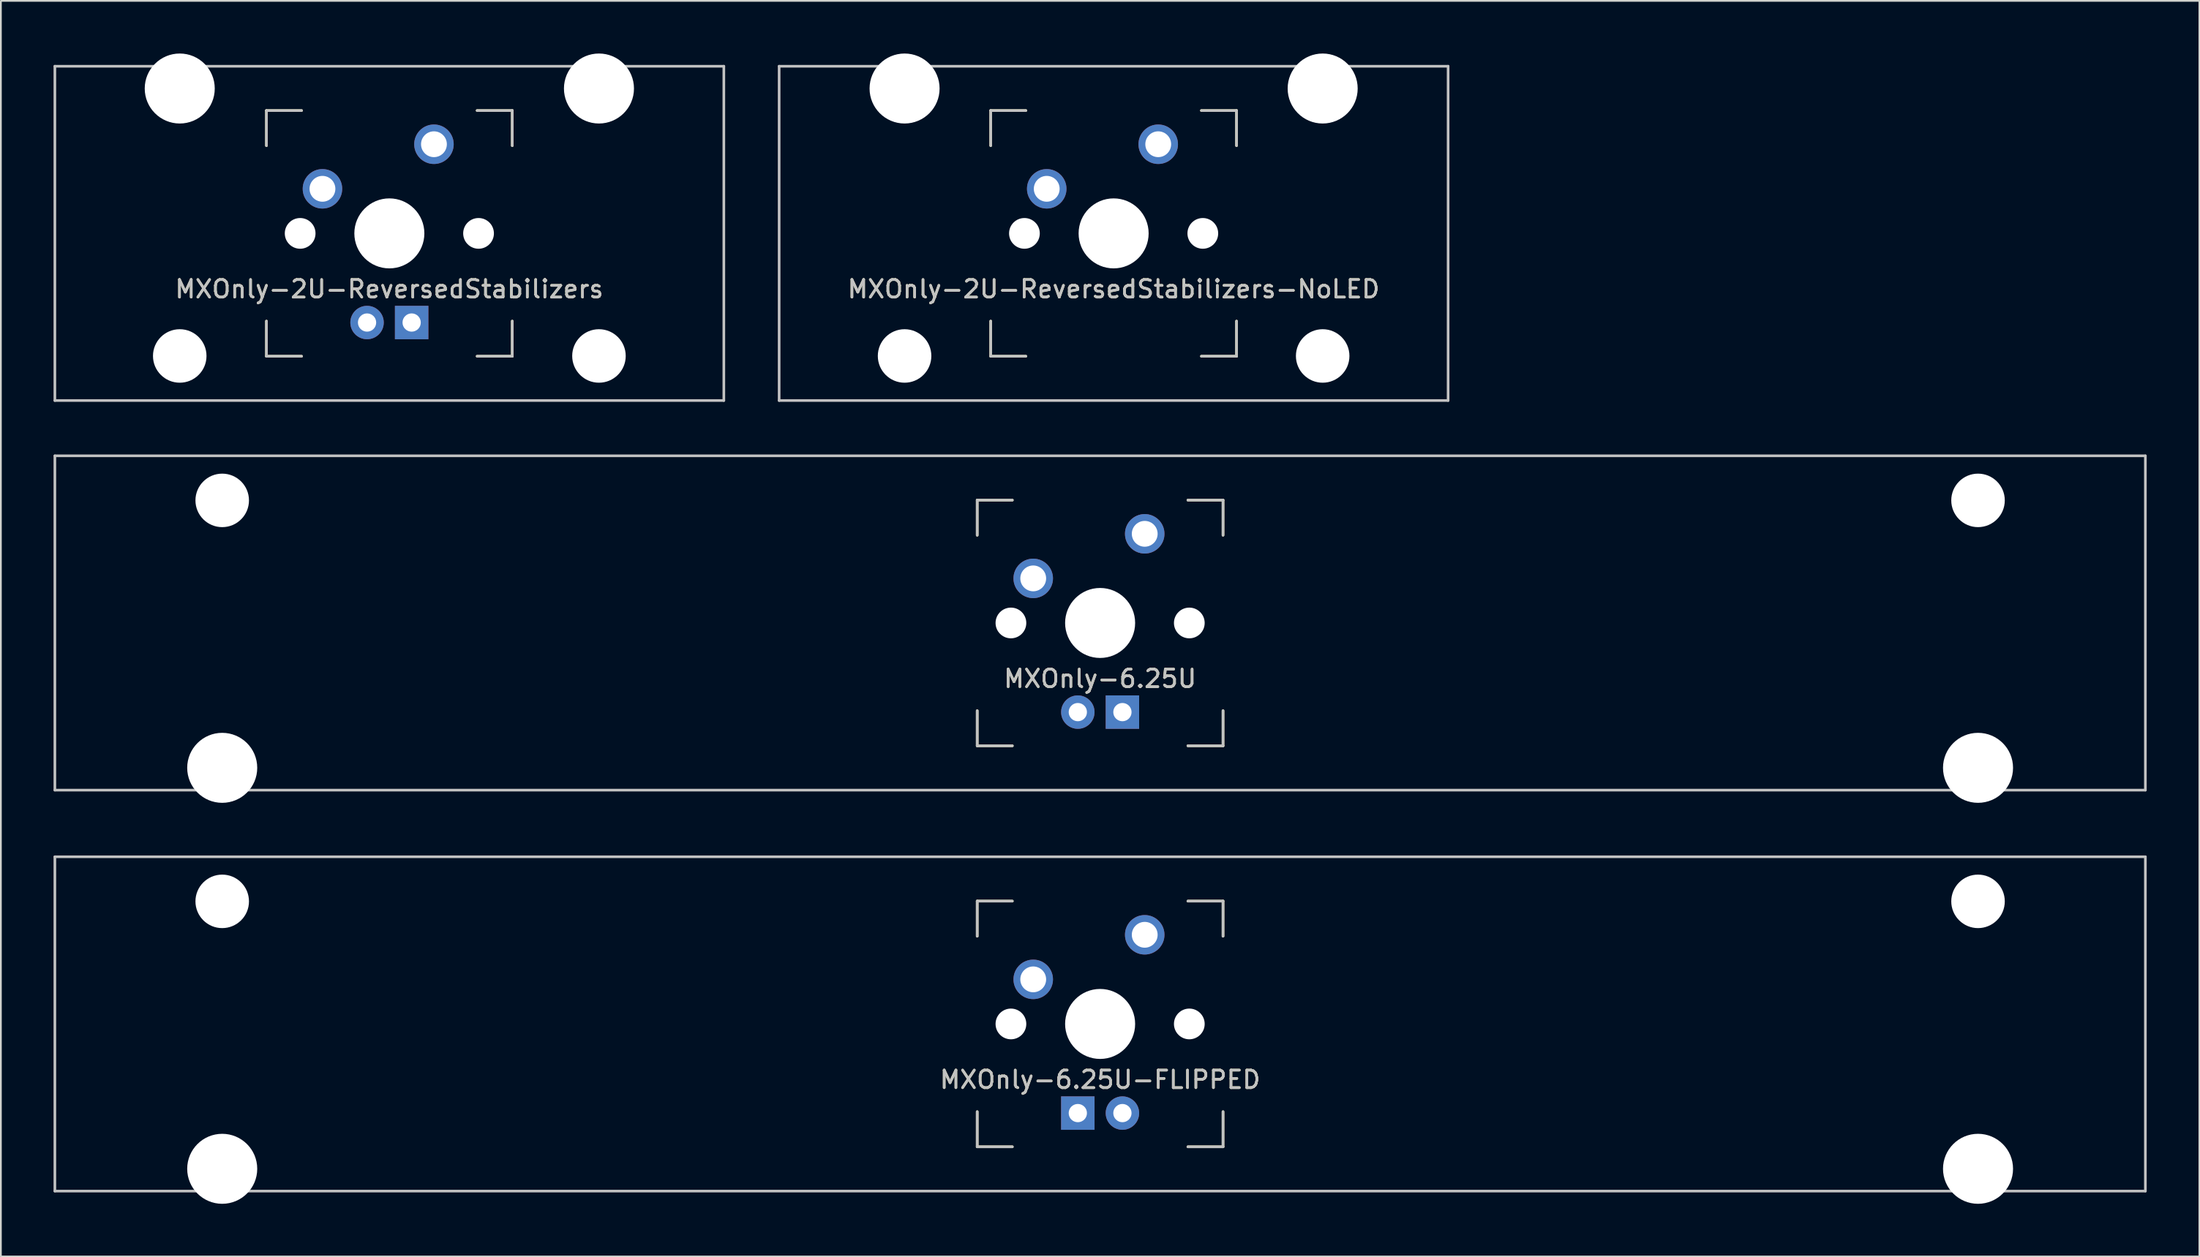
<source format=kicad_pcb>
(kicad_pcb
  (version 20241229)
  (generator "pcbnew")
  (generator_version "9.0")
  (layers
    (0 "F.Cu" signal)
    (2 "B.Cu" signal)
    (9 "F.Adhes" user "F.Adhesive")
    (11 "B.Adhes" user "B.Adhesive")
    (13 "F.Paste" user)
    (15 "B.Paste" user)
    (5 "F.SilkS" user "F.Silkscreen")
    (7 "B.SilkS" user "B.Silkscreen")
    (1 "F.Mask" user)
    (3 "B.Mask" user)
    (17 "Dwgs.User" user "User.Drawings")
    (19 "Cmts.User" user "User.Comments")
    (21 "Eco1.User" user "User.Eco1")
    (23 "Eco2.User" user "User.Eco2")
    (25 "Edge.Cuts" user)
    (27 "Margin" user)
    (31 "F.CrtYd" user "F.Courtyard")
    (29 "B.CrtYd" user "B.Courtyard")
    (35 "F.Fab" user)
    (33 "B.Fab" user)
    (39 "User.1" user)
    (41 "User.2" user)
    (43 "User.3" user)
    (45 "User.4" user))
  (footprint "MXOnly-2U-ReversedStabilizers-NoLED"
    (layer "F.Cu")
    (at 60.375 10.249)
    (property "Reference" "MXOnly-2U-ReversedStabilizers-NoLED" (at 0 3.175 0) (layer "Dwgs.User") (effects (font (size 1 1) (thickness 0.15))))
    (attr through_hole)
    (fp_line (start -7 -7) (end -7 -5) (stroke (width 0.15) (type solid)) (layer "F.SilkS"))
    (fp_line (start -7 5) (end -7 7) (stroke (width 0.15) (type solid)) (layer "F.SilkS"))
    (fp_line (start -7 7) (end -5 7) (stroke (width 0.15) (type solid)) (layer "F.SilkS"))
    (fp_line (start -5 -7) (end -7 -7) (stroke (width 0.15) (type solid)) (layer "F.SilkS"))
    (fp_line (start 5 -7) (end 7 -7) (stroke (width 0.15) (type solid)) (layer "F.SilkS"))
    (fp_line (start 5 7) (end 7 7) (stroke (width 0.15) (type solid)) (layer "F.SilkS"))
    (fp_line (start 7 -7) (end 7 -5) (stroke (width 0.15) (type solid)) (layer "F.SilkS"))
    (fp_line (start 7 7) (end 7 5) (stroke (width 0.15) (type solid)) (layer "F.SilkS"))
    (fp_line (start -19.05 -9.525) (end 19.05 -9.525) (stroke (width 0.15) (type solid)) (layer "Dwgs.User"))
    (fp_line (start -19.05 9.525) (end -19.05 -9.525) (stroke (width 0.15) (type solid)) (layer "Dwgs.User"))
    (fp_line (start -19.05 9.525) (end 19.05 9.525) (stroke (width 0.15) (type solid)) (layer "Dwgs.User"))
    (fp_line (start -7 -7) (end -7 -5) (stroke (width 0.15) (type solid)) (layer "Dwgs.User"))
    (fp_line (start -7 5) (end -7 7) (stroke (width 0.15) (type solid)) (layer "Dwgs.User"))
    (fp_line (start -7 7) (end -5 7) (stroke (width 0.15) (type solid)) (layer "Dwgs.User"))
    (fp_line (start -5 -7) (end -7 -7) (stroke (width 0.15) (type solid)) (layer "Dwgs.User"))
    (fp_line (start 5 -7) (end 7 -7) (stroke (width 0.15) (type solid)) (layer "Dwgs.User"))
    (fp_line (start 5 7) (end 7 7) (stroke (width 0.15) (type solid)) (layer "Dwgs.User"))
    (fp_line (start 7 -7) (end 7 -5) (stroke (width 0.15) (type solid)) (layer "Dwgs.User"))
    (fp_line (start 7 7) (end 7 5) (stroke (width 0.15) (type solid)) (layer "Dwgs.User"))
    (fp_line (start 19.05 -9.525) (end 19.05 9.525) (stroke (width 0.15) (type solid)) (layer "Dwgs.User"))
    (fp_text user "${REFERENCE}" (at 0 3.175 0) (layer "F.SilkS") (effects (font (size 1 1) (thickness 0.15))))
    (pad "" np_thru_hole circle (at -11.906 -8.255) (size 3.988 3.988) (drill 3.988) (layers "*.Cu" "*.Mask"))
    (pad "" np_thru_hole circle (at -11.906 6.985) (size 3.048 3.048) (drill 3.048) (layers "*.Cu" "*.Mask"))
    (pad "" np_thru_hole circle (at -5.08 0 48.1) (size 1.75 1.75) (drill 1.75) (layers "*.Cu" "*.Mask"))
    (pad "" np_thru_hole circle (at 0 0) (size 3.988 3.988) (drill 3.988) (layers "*.Cu" "*.Mask"))
    (pad "" np_thru_hole circle (at 5.08 0 48.1) (size 1.75 1.75) (drill 1.75) (layers "*.Cu" "*.Mask"))
    (pad "" np_thru_hole circle (at 11.906 -8.255) (size 3.988 3.988) (drill 3.988) (layers "*.Cu" "*.Mask"))
    (pad "" np_thru_hole circle (at 11.906 6.985) (size 3.048 3.048) (drill 3.048) (layers "*.Cu" "*.Mask"))
    (pad "1" thru_hole circle (at -3.81 -2.54) (size 2.25 2.25) (drill 1.47) (layers "*.Cu" "B.Mask"))
    (pad "2" thru_hole circle (at 2.54 -5.08) (size 2.25 2.25) (drill 1.47) (layers "*.Cu" "B.Mask")))
  (footprint "MXOnly-2U-ReversedStabilizers"
    (layer "F.Cu")
    (at 19.125 10.249)
    (property "Reference" "MXOnly-2U-ReversedStabilizers" (at 0 3.175 0) (layer "Dwgs.User") (effects (font (size 1 1) (thickness 0.15))))
    (attr through_hole)
    (fp_line (start -7 -7) (end -7 -5) (stroke (width 0.15) (type solid)) (layer "F.SilkS"))
    (fp_line (start -7 5) (end -7 7) (stroke (width 0.15) (type solid)) (layer "F.SilkS"))
    (fp_line (start -7 7) (end -5 7) (stroke (width 0.15) (type solid)) (layer "F.SilkS"))
    (fp_line (start -5 -7) (end -7 -7) (stroke (width 0.15) (type solid)) (layer "F.SilkS"))
    (fp_line (start 5 -7) (end 7 -7) (stroke (width 0.15) (type solid)) (layer "F.SilkS"))
    (fp_line (start 5 7) (end 7 7) (stroke (width 0.15) (type solid)) (layer "F.SilkS"))
    (fp_line (start 7 -7) (end 7 -5) (stroke (width 0.15) (type solid)) (layer "F.SilkS"))
    (fp_line (start 7 7) (end 7 5) (stroke (width 0.15) (type solid)) (layer "F.SilkS"))
    (fp_line (start -19.05 -9.525) (end 19.05 -9.525) (stroke (width 0.15) (type solid)) (layer "Dwgs.User"))
    (fp_line (start -19.05 9.525) (end -19.05 -9.525) (stroke (width 0.15) (type solid)) (layer "Dwgs.User"))
    (fp_line (start -19.05 9.525) (end 19.05 9.525) (stroke (width 0.15) (type solid)) (layer "Dwgs.User"))
    (fp_line (start -7 -7) (end -7 -5) (stroke (width 0.15) (type solid)) (layer "Dwgs.User"))
    (fp_line (start -7 5) (end -7 7) (stroke (width 0.15) (type solid)) (layer "Dwgs.User"))
    (fp_line (start -7 7) (end -5 7) (stroke (width 0.15) (type solid)) (layer "Dwgs.User"))
    (fp_line (start -5 -7) (end -7 -7) (stroke (width 0.15) (type solid)) (layer "Dwgs.User"))
    (fp_line (start 5 -7) (end 7 -7) (stroke (width 0.15) (type solid)) (layer "Dwgs.User"))
    (fp_line (start 5 7) (end 7 7) (stroke (width 0.15) (type solid)) (layer "Dwgs.User"))
    (fp_line (start 7 -7) (end 7 -5) (stroke (width 0.15) (type solid)) (layer "Dwgs.User"))
    (fp_line (start 7 7) (end 7 5) (stroke (width 0.15) (type solid)) (layer "Dwgs.User"))
    (fp_line (start 19.05 -9.525) (end 19.05 9.525) (stroke (width 0.15) (type solid)) (layer "Dwgs.User"))
    (fp_text user "${REFERENCE}" (at 0 3.175 0) (layer "F.SilkS") (effects (font (size 1 1) (thickness 0.15))))
    (pad "" np_thru_hole circle (at -11.938 -8.255) (size 3.988 3.988) (drill 3.988) (layers "*.Cu" "*.Mask"))
    (pad "" np_thru_hole circle (at -11.938 6.985) (size 3.048 3.048) (drill 3.048) (layers "*.Cu" "*.Mask"))
    (pad "" np_thru_hole circle (at -5.08 0 48.1) (size 1.75 1.75) (drill 1.75) (layers "*.Cu" "*.Mask"))
    (pad "" np_thru_hole circle (at 0 0) (size 3.988 3.988) (drill 3.988) (layers "*.Cu" "*.Mask"))
    (pad "" np_thru_hole circle (at 5.08 0 48.1) (size 1.75 1.75) (drill 1.75) (layers "*.Cu" "*.Mask"))
    (pad "" np_thru_hole circle (at 11.938 -8.255) (size 3.988 3.988) (drill 3.988) (layers "*.Cu" "*.Mask"))
    (pad "" np_thru_hole circle (at 11.938 6.985) (size 3.048 3.048) (drill 3.048) (layers "*.Cu" "*.Mask"))
    (pad "1" thru_hole circle (at -3.81 -2.54) (size 2.25 2.25) (drill 1.47) (layers "*.Cu" "B.Mask"))
    (pad "2" thru_hole circle (at 2.54 -5.08) (size 2.25 2.25) (drill 1.47) (layers "*.Cu" "B.Mask"))
    (pad "3" thru_hole circle (at -1.27 5.08) (size 1.905 1.905) (drill 1.04) (layers "*.Cu" "B.Mask"))
    (pad "4" thru_hole rect (at 1.27 5.08) (size 1.905 1.905) (drill 1.04) (layers "*.Cu" "B.Mask")))
  (footprint "MXOnly-6.25U-FLIPPED"
    (layer "F.Cu")
    (at 59.606 55.298)
    (property "Reference" "MXOnly-6.25U-FLIPPED" (at 0 3.175 0) (layer "Dwgs.User") (effects (font (size 1 1) (thickness 0.15))))
    (attr through_hole)
    (fp_line (start -7 -7) (end -7 -5) (stroke (width 0.15) (type solid)) (layer "F.SilkS"))
    (fp_line (start -7 5) (end -7 7) (stroke (width 0.15) (type solid)) (layer "F.SilkS"))
    (fp_line (start -7 7) (end -5 7) (stroke (width 0.15) (type solid)) (layer "F.SilkS"))
    (fp_line (start -5 -7) (end -7 -7) (stroke (width 0.15) (type solid)) (layer "F.SilkS"))
    (fp_line (start 5 -7) (end 7 -7) (stroke (width 0.15) (type solid)) (layer "F.SilkS"))
    (fp_line (start 5 7) (end 7 7) (stroke (width 0.15) (type solid)) (layer "F.SilkS"))
    (fp_line (start 7 -7) (end 7 -5) (stroke (width 0.15) (type solid)) (layer "F.SilkS"))
    (fp_line (start 7 7) (end 7 5) (stroke (width 0.15) (type solid)) (layer "F.SilkS"))
    (fp_line (start -59.531 -9.525) (end 59.531 -9.525) (stroke (width 0.15) (type solid)) (layer "Dwgs.User"))
    (fp_line (start -59.531 9.525) (end -59.531 -9.525) (stroke (width 0.15) (type solid)) (layer "Dwgs.User"))
    (fp_line (start -59.531 9.525) (end 59.531 9.525) (stroke (width 0.15) (type solid)) (layer "Dwgs.User"))
    (fp_line (start -7 -7) (end -7 -5) (stroke (width 0.15) (type solid)) (layer "Dwgs.User"))
    (fp_line (start -7 5) (end -7 7) (stroke (width 0.15) (type solid)) (layer "Dwgs.User"))
    (fp_line (start -7 7) (end -5 7) (stroke (width 0.15) (type solid)) (layer "Dwgs.User"))
    (fp_line (start -5 -7) (end -7 -7) (stroke (width 0.15) (type solid)) (layer "Dwgs.User"))
    (fp_line (start 5 -7) (end 7 -7) (stroke (width 0.15) (type solid)) (layer "Dwgs.User"))
    (fp_line (start 5 7) (end 7 7) (stroke (width 0.15) (type solid)) (layer "Dwgs.User"))
    (fp_line (start 7 -7) (end 7 -5) (stroke (width 0.15) (type solid)) (layer "Dwgs.User"))
    (fp_line (start 7 7) (end 7 5) (stroke (width 0.15) (type solid)) (layer "Dwgs.User"))
    (fp_line (start 59.531 -9.525) (end 59.531 9.525) (stroke (width 0.15) (type solid)) (layer "Dwgs.User"))
    (fp_text user "${REFERENCE}" (at 0 3.175 0) (layer "F.SilkS") (effects (font (size 1 1) (thickness 0.15))))
    (pad "" np_thru_hole circle (at -50 -6.985) (size 3.048 3.048) (drill 3.048) (layers "*.Cu" "*.Mask"))
    (pad "" np_thru_hole circle (at -50 8.255) (size 3.988 3.988) (drill 3.988) (layers "*.Cu" "*.Mask"))
    (pad "" np_thru_hole circle (at -5.08 0 48.1) (size 1.75 1.75) (drill 1.75) (layers "*.Cu" "*.Mask"))
    (pad "" np_thru_hole circle (at 0 0) (size 3.988 3.988) (drill 3.988) (layers "*.Cu" "*.Mask"))
    (pad "" np_thru_hole circle (at 5.08 0 48.1) (size 1.75 1.75) (drill 1.75) (layers "*.Cu" "*.Mask"))
    (pad "" np_thru_hole circle (at 50 -6.985) (size 3.048 3.048) (drill 3.048) (layers "*.Cu" "*.Mask"))
    (pad "" np_thru_hole circle (at 50 8.255) (size 3.988 3.988) (drill 3.988) (layers "*.Cu" "*.Mask"))
    (pad "1" thru_hole circle (at -3.81 -2.54) (size 2.25 2.25) (drill 1.47) (layers "*.Cu" "B.Mask"))
    (pad "2" thru_hole circle (at 2.54 -5.08) (size 2.25 2.25) (drill 1.47) (layers "*.Cu" "B.Mask"))
    (pad "3" thru_hole circle (at 1.27 5.08) (size 1.905 1.905) (drill 1.04) (layers "*.Cu" "B.Mask"))
    (pad "4" thru_hole rect (at -1.27 5.08) (size 1.905 1.905) (drill 1.04) (layers "*.Cu" "B.Mask")))
  (footprint "MXOnly-6.25U"
    (layer "F.Cu")
    (at 59.606 32.449)
    (property "Reference" "MXOnly-6.25U" (at 0 3.175 0) (layer "Dwgs.User") (effects (font (size 1 1) (thickness 0.15))))
    (attr through_hole)
    (fp_line (start -7 -7) (end -7 -5) (stroke (width 0.15) (type solid)) (layer "F.SilkS"))
    (fp_line (start -7 5) (end -7 7) (stroke (width 0.15) (type solid)) (layer "F.SilkS"))
    (fp_line (start -7 7) (end -5 7) (stroke (width 0.15) (type solid)) (layer "F.SilkS"))
    (fp_line (start -5 -7) (end -7 -7) (stroke (width 0.15) (type solid)) (layer "F.SilkS"))
    (fp_line (start 5 -7) (end 7 -7) (stroke (width 0.15) (type solid)) (layer "F.SilkS"))
    (fp_line (start 5 7) (end 7 7) (stroke (width 0.15) (type solid)) (layer "F.SilkS"))
    (fp_line (start 7 -7) (end 7 -5) (stroke (width 0.15) (type solid)) (layer "F.SilkS"))
    (fp_line (start 7 7) (end 7 5) (stroke (width 0.15) (type solid)) (layer "F.SilkS"))
    (fp_line (start -59.531 -9.525) (end 59.531 -9.525) (stroke (width 0.15) (type solid)) (layer "Dwgs.User"))
    (fp_line (start -59.531 9.525) (end -59.531 -9.525) (stroke (width 0.15) (type solid)) (layer "Dwgs.User"))
    (fp_line (start -59.531 9.525) (end 59.531 9.525) (stroke (width 0.15) (type solid)) (layer "Dwgs.User"))
    (fp_line (start -7 -7) (end -7 -5) (stroke (width 0.15) (type solid)) (layer "Dwgs.User"))
    (fp_line (start -7 5) (end -7 7) (stroke (width 0.15) (type solid)) (layer "Dwgs.User"))
    (fp_line (start -7 7) (end -5 7) (stroke (width 0.15) (type solid)) (layer "Dwgs.User"))
    (fp_line (start -5 -7) (end -7 -7) (stroke (width 0.15) (type solid)) (layer "Dwgs.User"))
    (fp_line (start 5 -7) (end 7 -7) (stroke (width 0.15) (type solid)) (layer "Dwgs.User"))
    (fp_line (start 5 7) (end 7 7) (stroke (width 0.15) (type solid)) (layer "Dwgs.User"))
    (fp_line (start 7 -7) (end 7 -5) (stroke (width 0.15) (type solid)) (layer "Dwgs.User"))
    (fp_line (start 7 7) (end 7 5) (stroke (width 0.15) (type solid)) (layer "Dwgs.User"))
    (fp_line (start 59.531 -9.525) (end 59.531 9.525) (stroke (width 0.15) (type solid)) (layer "Dwgs.User"))
    (fp_text user "${REFERENCE}" (at 0 3.175 0) (layer "F.SilkS") (effects (font (size 1 1) (thickness 0.15))))
    (pad "" np_thru_hole circle (at -50 -6.985) (size 3.048 3.048) (drill 3.048) (layers "*.Cu" "*.Mask"))
    (pad "" np_thru_hole circle (at -50 8.255) (size 3.988 3.988) (drill 3.988) (layers "*.Cu" "*.Mask"))
    (pad "" np_thru_hole circle (at -5.08 0 48.1) (size 1.75 1.75) (drill 1.75) (layers "*.Cu" "*.Mask"))
    (pad "" np_thru_hole circle (at 0 0) (size 3.988 3.988) (drill 3.988) (layers "*.Cu" "*.Mask"))
    (pad "" np_thru_hole circle (at 5.08 0 48.1) (size 1.75 1.75) (drill 1.75) (layers "*.Cu" "*.Mask"))
    (pad "" np_thru_hole circle (at 50 -6.985) (size 3.048 3.048) (drill 3.048) (layers "*.Cu" "*.Mask"))
    (pad "" np_thru_hole circle (at 50 8.255) (size 3.988 3.988) (drill 3.988) (layers "*.Cu" "*.Mask"))
    (pad "1" thru_hole circle (at -3.81 -2.54) (size 2.25 2.25) (drill 1.47) (layers "*.Cu" "B.Mask"))
    (pad "2" thru_hole circle (at 2.54 -5.08) (size 2.25 2.25) (drill 1.47) (layers "*.Cu" "B.Mask"))
    (pad "3" thru_hole circle (at -1.27 5.08) (size 1.905 1.905) (drill 1.04) (layers "*.Cu" "B.Mask"))
    (pad "4" thru_hole rect (at 1.27 5.08) (size 1.905 1.905) (drill 1.04) (layers "*.Cu" "B.Mask")))
  (gr_rect
    (start -3 -3)
    (end 122.213 68.547)
    (stroke (width 0.1) (type default))
    (fill no)
    (layer "Edge.Cuts")))
</source>
